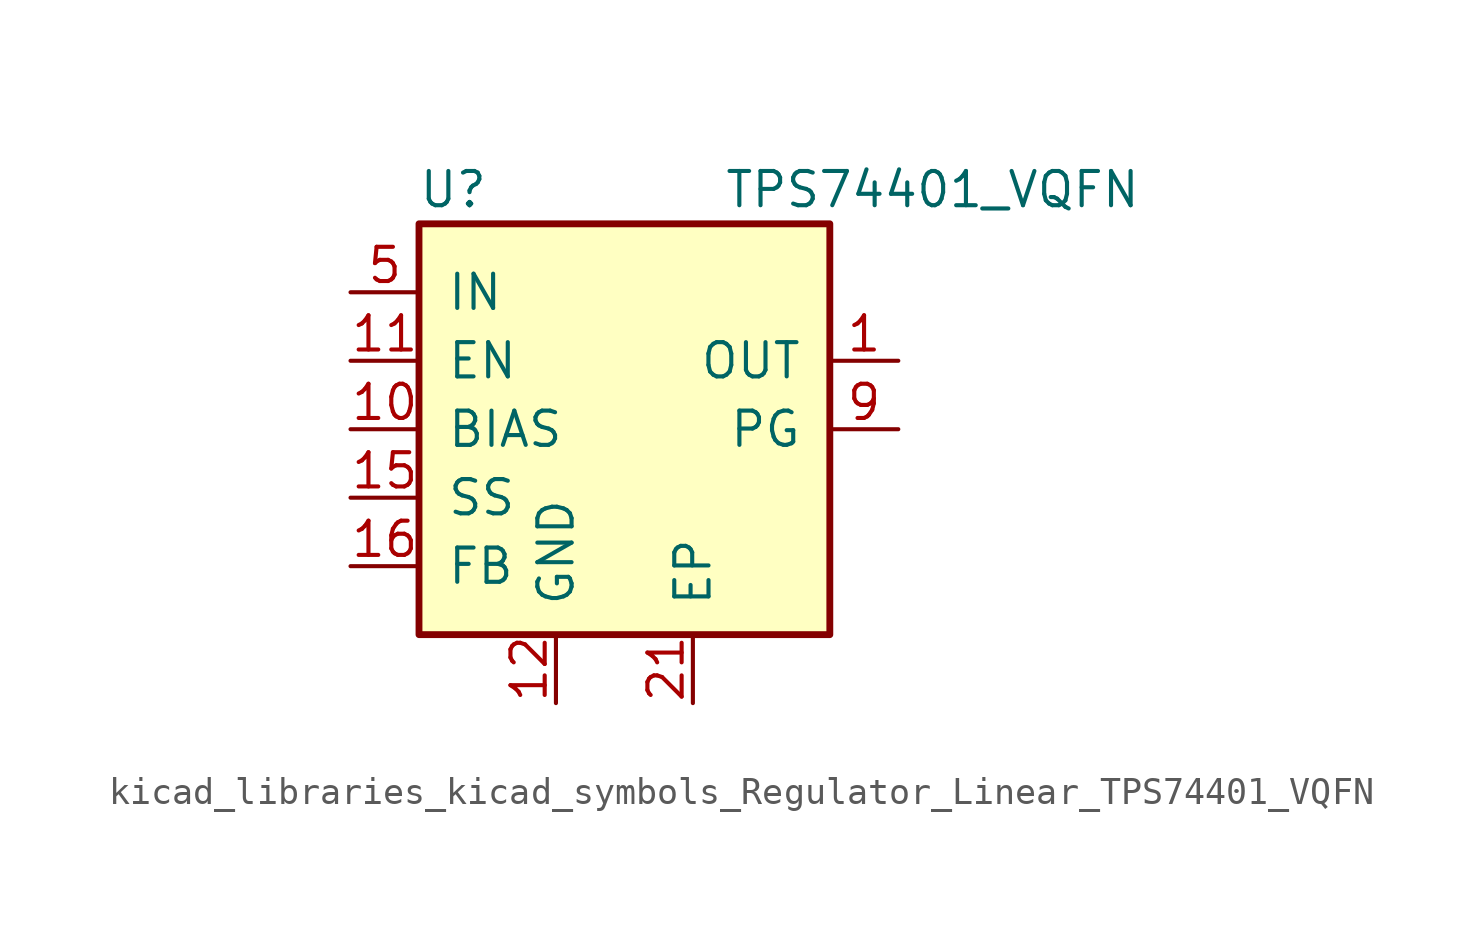
<source format=kicad_sym>
(kicad_symbol_lib
  (version 20220914)
  (generator kicad_symbol_editor)
  (symbol "kicad_libraries_kicad_symbols_Regulator_Linear_TPS74401_VQFN"
    (pin_names
      (offset 1.016))
    (property "Reference" "U"
      (at -6.35 8.89 0)
      (effects (font (size 1.27 1.27))))
    (property "Value" "TPS74401_VQFN"
      (at 11.43 8.89 0)
      (effects (font (size 1.27 1.27))))
    (symbol "kicad_libraries_kicad_symbols_Regulator_Linear_TPS74401_VQFN_0_1"
      (rectangle (start -7.62 7.62) (end 7.62 -7.62) (stroke (width 0.254) (type default)) (fill (type background))))
    (symbol "kicad_libraries_kicad_symbols_Regulator_Linear_TPS74401_VQFN_1_1"
      (pin power_out line (at 10.16 2.54 180) (length 2.54) (name "OUT" (effects (font (size 1.27 1.27)))) (number "1" (effects (font (size 1.27 1.27)))))
      (pin input line (at -10.16 0 0) (length 2.54) (name "BIAS" (effects (font (size 1.27 1.27)))) (number "10" (effects (font (size 1.27 1.27)))))
      (pin input line (at -10.16 2.54 0) (length 2.54) (name "EN" (effects (font (size 1.27 1.27)))) (number "11" (effects (font (size 1.27 1.27)))))
      (pin power_in line (at -2.54 -10.16 90) (length 2.54) (name "GND" (effects (font (size 1.27 1.27)))) (number "12" (effects (font (size 1.27 1.27)))))
      (pin no_connect line (at 0 -7.62 90) (length 2.54) hide (name "NC" (effects (font (size 1.27 1.27)))) (number "13" (effects (font (size 1.27 1.27)))))
      (pin no_connect line (at 7.62 -5.08 180) (length 2.54) hide (name "NC" (effects (font (size 1.27 1.27)))) (number "14" (effects (font (size 1.27 1.27)))))
      (pin input line (at -10.16 -2.54 0) (length 2.54) (name "SS" (effects (font (size 1.27 1.27)))) (number "15" (effects (font (size 1.27 1.27)))))
      (pin input line (at -10.16 -5.08 0) (length 2.54) (name "FB" (effects (font (size 1.27 1.27)))) (number "16" (effects (font (size 1.27 1.27)))))
      (pin no_connect line (at 7.62 -2.54 180) (length 2.54) hide (name "NC" (effects (font (size 1.27 1.27)))) (number "17" (effects (font (size 1.27 1.27)))))
      (pin passive line (at 10.16 2.54 180) (length 2.54) hide (name "OUT" (effects (font (size 1.27 1.27)))) (number "18" (effects (font (size 1.27 1.27)))))
      (pin passive line (at 10.16 2.54 180) (length 2.54) hide (name "OUT" (effects (font (size 1.27 1.27)))) (number "19" (effects (font (size 1.27 1.27)))))
      (pin no_connect line (at -2.54 7.62 270) (length 2.54) hide (name "NC" (effects (font (size 1.27 1.27)))) (number "2" (effects (font (size 1.27 1.27)))))
      (pin passive line (at 10.16 2.54 180) (length 2.54) hide (name "OUT" (effects (font (size 1.27 1.27)))) (number "20" (effects (font (size 1.27 1.27)))))
      (pin power_in line (at 2.54 -10.16 90) (length 2.54) (name "EP" (effects (font (size 1.27 1.27)))) (number "21" (effects (font (size 1.27 1.27)))))
      (pin no_connect line (at 0 7.62 270) (length 2.54) hide (name "NC" (effects (font (size 1.27 1.27)))) (number "3" (effects (font (size 1.27 1.27)))))
      (pin no_connect line (at 2.54 7.62 270) (length 2.54) hide (name "NC" (effects (font (size 1.27 1.27)))) (number "4" (effects (font (size 1.27 1.27)))))
      (pin power_in line (at -10.16 5.08 0) (length 2.54) (name "IN" (effects (font (size 1.27 1.27)))) (number "5" (effects (font (size 1.27 1.27)))))
      (pin passive line (at -10.16 5.08 0) (length 2.54) hide (name "IN" (effects (font (size 1.27 1.27)))) (number "6" (effects (font (size 1.27 1.27)))))
      (pin passive line (at -10.16 5.08 0) (length 2.54) hide (name "IN" (effects (font (size 1.27 1.27)))) (number "7" (effects (font (size 1.27 1.27)))))
      (pin passive line (at -10.16 5.08 0) (length 2.54) hide (name "IN" (effects (font (size 1.27 1.27)))) (number "8" (effects (font (size 1.27 1.27)))))
      (pin output line (at 10.16 0 180) (length 2.54) (name "PG" (effects (font (size 1.27 1.27)))) (number "9" (effects (font (size 1.27 1.27))))))))
</source>
